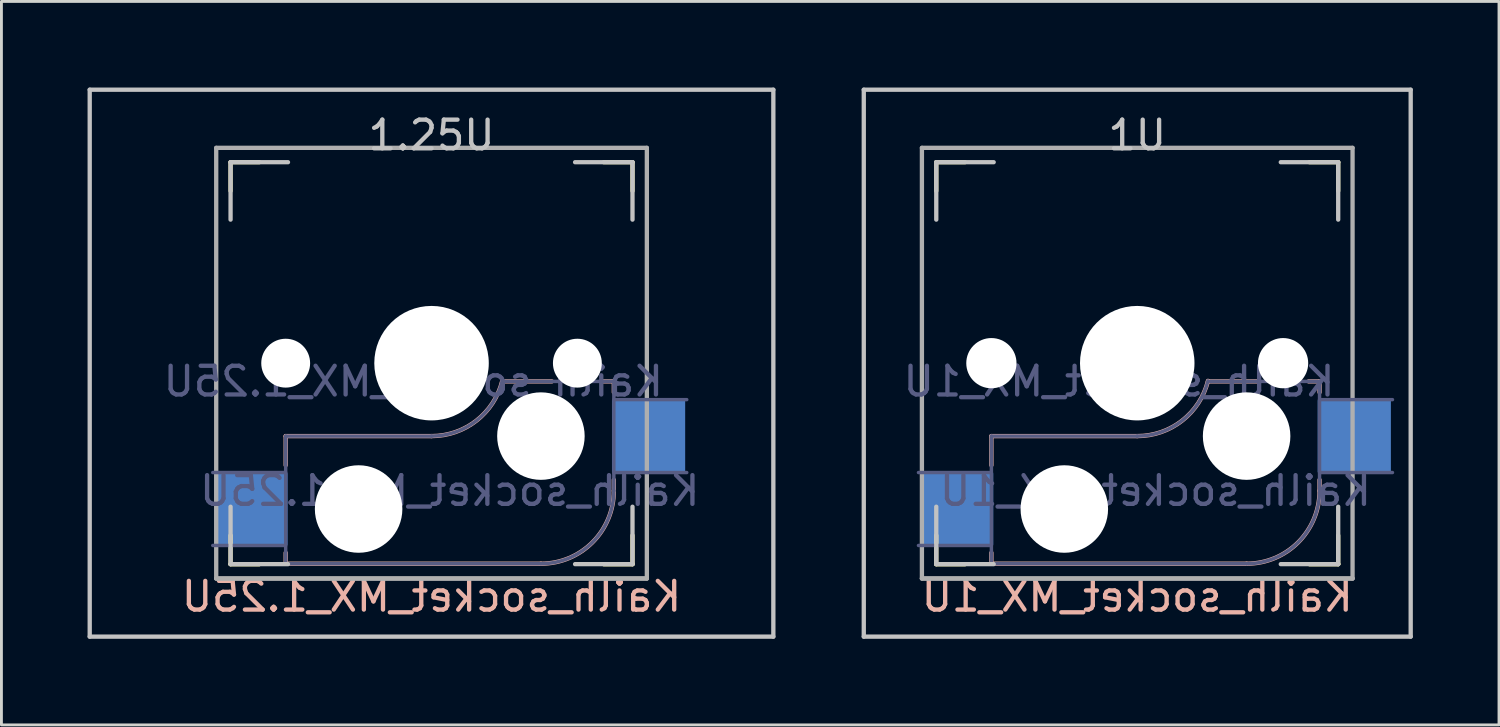
<source format=kicad_pcb>
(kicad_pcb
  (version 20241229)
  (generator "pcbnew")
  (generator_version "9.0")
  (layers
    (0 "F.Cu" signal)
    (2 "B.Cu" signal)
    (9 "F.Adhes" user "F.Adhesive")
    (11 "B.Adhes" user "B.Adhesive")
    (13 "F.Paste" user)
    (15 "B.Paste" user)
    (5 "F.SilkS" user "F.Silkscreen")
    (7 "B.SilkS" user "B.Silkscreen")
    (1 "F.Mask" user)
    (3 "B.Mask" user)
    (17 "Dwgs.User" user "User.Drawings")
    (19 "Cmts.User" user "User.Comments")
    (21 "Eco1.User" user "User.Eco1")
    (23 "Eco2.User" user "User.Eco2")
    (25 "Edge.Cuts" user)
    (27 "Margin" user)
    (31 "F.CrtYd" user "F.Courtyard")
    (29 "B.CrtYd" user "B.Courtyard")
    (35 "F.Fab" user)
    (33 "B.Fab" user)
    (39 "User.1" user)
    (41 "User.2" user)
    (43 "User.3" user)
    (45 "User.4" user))
  (footprint "Kailh_socket_MX_1U"
    (layer "F.Cu")
    (at 36.562 9.6)
    (property "Reference" "Kailh_socket_MX_1U" (at 0 8.128 0) (layer "B.SilkS") (effects (font (size 1 1) (thickness 0.15)) (justify mirror)))
    (property "Value" "Kailh_socket_MX_1U" (at 0 8.255 0) (layer "F.Fab") (hide yes) (effects (font (size 1 1) (thickness 0.15))))
    (attr smd)
    (fp_line (start -7 -6) (end -7 -7) (stroke (width 0.15) (type solid)) (layer "F.SilkS"))
    (fp_line (start -7 7) (end -7 6) (stroke (width 0.15) (type solid)) (layer "F.SilkS"))
    (fp_line (start -7 7) (end -6 7) (stroke (width 0.15) (type solid)) (layer "F.SilkS"))
    (fp_line (start -7 7) (end -6 7) (stroke (width 0.15) (type solid)) (layer "F.SilkS"))
    (fp_line (start -6 -7) (end -7 -7) (stroke (width 0.15) (type solid)) (layer "F.SilkS"))
    (fp_line (start 6 7) (end 7 7) (stroke (width 0.15) (type solid)) (layer "F.SilkS"))
    (fp_line (start 6 7) (end 7 7) (stroke (width 0.15) (type solid)) (layer "F.SilkS"))
    (fp_line (start 7 -7) (end 6 -7) (stroke (width 0.15) (type solid)) (layer "F.SilkS"))
    (fp_line (start 7 -7) (end 7 -6) (stroke (width 0.15) (type solid)) (layer "F.SilkS"))
    (fp_line (start 7 6) (end 7 7) (stroke (width 0.15) (type solid)) (layer "F.SilkS"))
    (fp_line (start -5.08 2.54) (end 0 2.54) (stroke (width 0.15) (type solid)) (layer "B.SilkS"))
    (fp_line (start -5.08 3.556) (end -5.08 2.54) (stroke (width 0.15) (type solid)) (layer "B.SilkS"))
    (fp_line (start -5.08 6.985) (end -5.08 6.604) (stroke (width 0.15) (type solid)) (layer "B.SilkS"))
    (fp_line (start 2.464 0.635) (end 4.191 0.635) (stroke (width 0.15) (type solid)) (layer "B.SilkS"))
    (fp_line (start 3.81 6.985) (end -5.08 6.985) (stroke (width 0.15) (type solid)) (layer "B.SilkS"))
    (fp_line (start 5.969 0.635) (end 6.35 0.635) (stroke (width 0.15) (type solid)) (layer "B.SilkS"))
    (fp_line (start 6.35 1.016) (end 6.35 0.635) (stroke (width 0.15) (type solid)) (layer "B.SilkS"))
    (fp_line (start 6.35 4.445) (end 6.35 4.064) (stroke (width 0.15) (type solid)) (layer "B.SilkS"))
    (fp_arc (start 2.464162 0.61604) (mid 1.563147 2.002042) (end 0 2.54) (stroke (width 0.15) (type solid)) (layer "B.SilkS"))
    (fp_arc (start 6.35 4.445) (mid 5.606051 6.241051) (end 3.81 6.985) (stroke (width 0.15) (type solid)) (layer "B.SilkS"))
    (fp_line (start -9.525 -9.525) (end 9.525 -9.525) (stroke (width 0.15) (type solid)) (layer "Dwgs.User"))
    (fp_line (start -9.525 9.525) (end -9.525 -9.525) (stroke (width 0.15) (type solid)) (layer "Dwgs.User"))
    (fp_line (start -7 -7) (end -7 -5) (stroke (width 0.15) (type solid)) (layer "Dwgs.User"))
    (fp_line (start -7 5) (end -7 7) (stroke (width 0.15) (type solid)) (layer "Dwgs.User"))
    (fp_line (start -7 7) (end -5 7) (stroke (width 0.15) (type solid)) (layer "Dwgs.User"))
    (fp_line (start -5 -7) (end -7 -7) (stroke (width 0.15) (type solid)) (layer "Dwgs.User"))
    (fp_line (start 5 -7) (end 7 -7) (stroke (width 0.15) (type solid)) (layer "Dwgs.User"))
    (fp_line (start 5 7) (end 7 7) (stroke (width 0.15) (type solid)) (layer "Dwgs.User"))
    (fp_line (start 7 -7) (end 7 -5) (stroke (width 0.15) (type solid)) (layer "Dwgs.User"))
    (fp_line (start 7 7) (end 7 5) (stroke (width 0.15) (type solid)) (layer "Dwgs.User"))
    (fp_line (start 9.525 -9.525) (end 9.525 9.525) (stroke (width 0.15) (type solid)) (layer "Dwgs.User"))
    (fp_line (start 9.525 9.525) (end -9.525 9.525) (stroke (width 0.15) (type solid)) (layer "Dwgs.User"))
    (fp_line (start -6.9 6.9) (end -6.9 -6.9) (stroke (width 0.15) (type solid)) (layer "Eco2.User"))
    (fp_line (start -6.9 6.9) (end 6.9 6.9) (stroke (width 0.15) (type solid)) (layer "Eco2.User"))
    (fp_line (start -6.9 6.9) (end 6.9 6.9) (stroke (width 0.15) (type solid)) (layer "Eco2.User"))
    (fp_line (start 6.9 -6.9) (end -6.9 -6.9) (stroke (width 0.15) (type solid)) (layer "Eco2.User"))
    (fp_line (start 6.9 -6.9) (end 6.9 6.9) (stroke (width 0.15) (type solid)) (layer "Eco2.User"))
    (fp_line (start -7.62 3.81) (end -5.08 3.81) (stroke (width 0.12) (type solid)) (layer "B.Fab"))
    (fp_line (start -5.08 2.54) (end 0 2.54) (stroke (width 0.12) (type solid)) (layer "B.Fab"))
    (fp_line (start -5.08 6.35) (end -7.62 6.35) (stroke (width 0.12) (type solid)) (layer "B.Fab"))
    (fp_line (start -5.08 6.985) (end -5.08 2.54) (stroke (width 0.12) (type solid)) (layer "B.Fab"))
    (fp_line (start 3.81 6.985) (end -5.08 6.985) (stroke (width 0.12) (type solid)) (layer "B.Fab"))
    (fp_line (start 6.35 0.635) (end 2.54 0.635) (stroke (width 0.12) (type solid)) (layer "B.Fab"))
    (fp_line (start 6.35 0.635) (end 6.35 4.445) (stroke (width 0.12) (type solid)) (layer "B.Fab"))
    (fp_line (start 6.35 1.27) (end 8.89 1.27) (stroke (width 0.12) (type solid)) (layer "B.Fab"))
    (fp_line (start 8.89 3.81) (end 6.35 3.81) (stroke (width 0.12) (type solid)) (layer "B.Fab"))
    (fp_arc (start 2.464162 0.61604) (mid 1.563147 2.002042) (end 0 2.54) (stroke (width 0.12) (type solid)) (layer "B.Fab"))
    (fp_arc (start 6.35 4.445) (mid 5.606051 6.241051) (end 3.81 6.985) (stroke (width 0.12) (type solid)) (layer "B.Fab"))
    (fp_line (start -7.5 -7.5) (end 7.5 -7.5) (stroke (width 0.15) (type solid)) (layer "F.Fab"))
    (fp_line (start -7.5 7.5) (end -7.5 -7.5) (stroke (width 0.15) (type solid)) (layer "F.Fab"))
    (fp_line (start 7.5 -7.5) (end 7.5 7.5) (stroke (width 0.15) (type solid)) (layer "F.Fab"))
    (fp_line (start 7.5 7.5) (end -7.5 7.5) (stroke (width 0.15) (type solid)) (layer "F.Fab"))
    (fp_line (start 7.5 7.5) (end -7.5 7.5) (stroke (width 0.15) (type solid)) (layer "F.Fab"))
    (fp_text user "1U" (at 0 -7.938 0) (layer "Dwgs.User") (effects (font (size 1 1) (thickness 0.15))))
    (fp_text user "${REFERENCE}" (at 0.635 4.445 180) (layer "B.Fab") (effects (font (size 1 1) (thickness 0.15)) (justify mirror)))
    (fp_text user "${VALUE}" (at -0.635 0.635 0) (layer "B.Fab") (effects (font (size 1 1) (thickness 0.15)) (justify mirror)))
    (pad "" np_thru_hole circle (at -5.08 0 48.1) (size 1.75 1.75) (drill 1.75) (layers "*.Cu" "*.Mask"))
    (pad "" np_thru_hole circle (at -2.54 5.08 180) (size 3.048 3.048) (drill 3.048) (layers "*.Cu" "*.Mask"))
    (pad "" np_thru_hole circle (at 0 0 180) (size 3.988 3.988) (drill 3.988) (layers "*.Cu" "*.Mask"))
    (pad "" np_thru_hole circle (at 3.81 2.54 180) (size 3.048 3.048) (drill 3.048) (layers "*.Cu" "*.Mask"))
    (pad "" np_thru_hole circle (at 5.08 0 48.1) (size 1.75 1.75) (drill 1.75) (layers "*.Cu" "*.Mask"))
    (pad "1" smd rect (at -6.29 5.08 180) (size 2.55 2.5) (layers "B.Cu" "B.Mask" "B.Paste"))
    (pad "2" smd rect (at 7.56 2.54 180) (size 2.55 2.5) (layers "B.Cu" "B.Mask" "B.Paste")))
  (footprint "Kailh_socket_MX_1.25U"
    (layer "F.Cu")
    (at 11.981 9.6)
    (property "Reference" "Kailh_socket_MX_1.25U" (at 0 8.128 0) (layer "B.SilkS") (effects (font (size 1 1) (thickness 0.15)) (justify mirror)))
    (property "Value" "Kailh_socket_MX_1.25U" (at 0 8.255 0) (layer "F.Fab") (hide yes) (effects (font (size 1 1) (thickness 0.15))))
    (attr smd)
    (fp_line (start -7 -6) (end -7 -7) (stroke (width 0.15) (type solid)) (layer "F.SilkS"))
    (fp_line (start -7 7) (end -7 6) (stroke (width 0.15) (type solid)) (layer "F.SilkS"))
    (fp_line (start -7 7) (end -6 7) (stroke (width 0.15) (type solid)) (layer "F.SilkS"))
    (fp_line (start -7 7) (end -6 7) (stroke (width 0.15) (type solid)) (layer "F.SilkS"))
    (fp_line (start -6 -7) (end -7 -7) (stroke (width 0.15) (type solid)) (layer "F.SilkS"))
    (fp_line (start 6 7) (end 7 7) (stroke (width 0.15) (type solid)) (layer "F.SilkS"))
    (fp_line (start 6 7) (end 7 7) (stroke (width 0.15) (type solid)) (layer "F.SilkS"))
    (fp_line (start 7 -7) (end 6 -7) (stroke (width 0.15) (type solid)) (layer "F.SilkS"))
    (fp_line (start 7 -7) (end 7 -6) (stroke (width 0.15) (type solid)) (layer "F.SilkS"))
    (fp_line (start 7 6) (end 7 7) (stroke (width 0.15) (type solid)) (layer "F.SilkS"))
    (fp_line (start -5.08 2.54) (end 0 2.54) (stroke (width 0.15) (type solid)) (layer "B.SilkS"))
    (fp_line (start -5.08 3.556) (end -5.08 2.54) (stroke (width 0.15) (type solid)) (layer "B.SilkS"))
    (fp_line (start -5.08 6.985) (end -5.08 6.604) (stroke (width 0.15) (type solid)) (layer "B.SilkS"))
    (fp_line (start 2.464 0.635) (end 4.191 0.635) (stroke (width 0.15) (type solid)) (layer "B.SilkS"))
    (fp_line (start 3.81 6.985) (end -5.08 6.985) (stroke (width 0.15) (type solid)) (layer "B.SilkS"))
    (fp_line (start 5.969 0.635) (end 6.35 0.635) (stroke (width 0.15) (type solid)) (layer "B.SilkS"))
    (fp_line (start 6.35 1.016) (end 6.35 0.635) (stroke (width 0.15) (type solid)) (layer "B.SilkS"))
    (fp_line (start 6.35 4.445) (end 6.35 4.064) (stroke (width 0.15) (type solid)) (layer "B.SilkS"))
    (fp_arc (start 2.464162 0.61604) (mid 1.563147 2.002042) (end 0 2.54) (stroke (width 0.15) (type solid)) (layer "B.SilkS"))
    (fp_arc (start 6.35 4.445) (mid 5.606051 6.241051) (end 3.81 6.985) (stroke (width 0.15) (type solid)) (layer "B.SilkS"))
    (fp_line (start -11.906 -9.525) (end 11.906 -9.525) (stroke (width 0.15) (type solid)) (layer "Dwgs.User"))
    (fp_line (start -11.906 9.525) (end -11.906 -9.525) (stroke (width 0.15) (type solid)) (layer "Dwgs.User"))
    (fp_line (start -7 -7) (end -7 -5) (stroke (width 0.15) (type solid)) (layer "Dwgs.User"))
    (fp_line (start -7 5) (end -7 7) (stroke (width 0.15) (type solid)) (layer "Dwgs.User"))
    (fp_line (start -7 7) (end -5 7) (stroke (width 0.15) (type solid)) (layer "Dwgs.User"))
    (fp_line (start -5 -7) (end -7 -7) (stroke (width 0.15) (type solid)) (layer "Dwgs.User"))
    (fp_line (start 5 -7) (end 7 -7) (stroke (width 0.15) (type solid)) (layer "Dwgs.User"))
    (fp_line (start 5 7) (end 7 7) (stroke (width 0.15) (type solid)) (layer "Dwgs.User"))
    (fp_line (start 7 -7) (end 7 -5) (stroke (width 0.15) (type solid)) (layer "Dwgs.User"))
    (fp_line (start 7 7) (end 7 5) (stroke (width 0.15) (type solid)) (layer "Dwgs.User"))
    (fp_line (start 11.906 -9.525) (end 11.906 9.525) (stroke (width 0.15) (type solid)) (layer "Dwgs.User"))
    (fp_line (start 11.906 9.525) (end -11.906 9.525) (stroke (width 0.15) (type solid)) (layer "Dwgs.User"))
    (fp_line (start -6.9 6.9) (end -6.9 -6.9) (stroke (width 0.15) (type solid)) (layer "Eco2.User"))
    (fp_line (start -6.9 6.9) (end 6.9 6.9) (stroke (width 0.15) (type solid)) (layer "Eco2.User"))
    (fp_line (start -6.9 6.9) (end 6.9 6.9) (stroke (width 0.15) (type solid)) (layer "Eco2.User"))
    (fp_line (start 6.9 -6.9) (end -6.9 -6.9) (stroke (width 0.15) (type solid)) (layer "Eco2.User"))
    (fp_line (start 6.9 -6.9) (end 6.9 6.9) (stroke (width 0.15) (type solid)) (layer "Eco2.User"))
    (fp_line (start -7.62 3.81) (end -5.08 3.81) (stroke (width 0.12) (type solid)) (layer "B.Fab"))
    (fp_line (start -5.08 2.54) (end 0 2.54) (stroke (width 0.12) (type solid)) (layer "B.Fab"))
    (fp_line (start -5.08 6.35) (end -7.62 6.35) (stroke (width 0.12) (type solid)) (layer "B.Fab"))
    (fp_line (start -5.08 6.985) (end -5.08 2.54) (stroke (width 0.12) (type solid)) (layer "B.Fab"))
    (fp_line (start 3.81 6.985) (end -5.08 6.985) (stroke (width 0.12) (type solid)) (layer "B.Fab"))
    (fp_line (start 6.35 0.635) (end 2.54 0.635) (stroke (width 0.12) (type solid)) (layer "B.Fab"))
    (fp_line (start 6.35 0.635) (end 6.35 4.445) (stroke (width 0.12) (type solid)) (layer "B.Fab"))
    (fp_line (start 6.35 1.27) (end 8.89 1.27) (stroke (width 0.12) (type solid)) (layer "B.Fab"))
    (fp_line (start 8.89 3.81) (end 6.35 3.81) (stroke (width 0.12) (type solid)) (layer "B.Fab"))
    (fp_arc (start 2.464162 0.61604) (mid 1.563147 2.002042) (end 0 2.54) (stroke (width 0.12) (type solid)) (layer "B.Fab"))
    (fp_arc (start 6.35 4.445) (mid 5.606051 6.241051) (end 3.81 6.985) (stroke (width 0.12) (type solid)) (layer "B.Fab"))
    (fp_line (start -7.5 -7.5) (end 7.5 -7.5) (stroke (width 0.15) (type solid)) (layer "F.Fab"))
    (fp_line (start -7.5 7.5) (end -7.5 -7.5) (stroke (width 0.15) (type solid)) (layer "F.Fab"))
    (fp_line (start 7.5 -7.5) (end 7.5 7.5) (stroke (width 0.15) (type solid)) (layer "F.Fab"))
    (fp_line (start 7.5 7.5) (end -7.5 7.5) (stroke (width 0.15) (type solid)) (layer "F.Fab"))
    (fp_line (start 7.5 7.5) (end -7.5 7.5) (stroke (width 0.15) (type solid)) (layer "F.Fab"))
    (fp_text user "1.25U" (at 0 -7.938 0) (layer "Dwgs.User") (effects (font (size 1 1) (thickness 0.15))))
    (fp_text user "${VALUE}" (at -0.635 0.635 0) (layer "B.Fab") (effects (font (size 1 1) (thickness 0.15)) (justify mirror)))
    (fp_text user "${REFERENCE}" (at 0.635 4.445 180) (layer "B.Fab") (effects (font (size 1 1) (thickness 0.15)) (justify mirror)))
    (pad "" np_thru_hole circle (at -5.08 0) (size 1.702 1.702) (drill 1.702) (layers "*.Cu" "*.Mask"))
    (pad "" np_thru_hole circle (at -2.54 5.08 180) (size 3.048 3.048) (drill 3.048) (layers "*.Cu" "*.Mask"))
    (pad "" np_thru_hole circle (at 0 0) (size 3.988 3.988) (drill 3.988) (layers "*.Cu" "*.Mask"))
    (pad "" np_thru_hole circle (at 3.81 2.54 180) (size 3.048 3.048) (drill 3.048) (layers "*.Cu" "*.Mask"))
    (pad "" np_thru_hole circle (at 5.08 0) (size 1.702 1.702) (drill 1.702) (layers "*.Cu" "*.Mask"))
    (pad "1" smd rect (at -6.29 5.08 180) (size 2.55 2.5) (layers "B.Cu" "B.Mask" "B.Paste"))
    (pad "2" smd rect (at 7.56 2.54 180) (size 2.55 2.5) (layers "B.Cu" "B.Mask" "B.Paste")))
  (gr_rect
    (start -3 -3)
    (end 49.163 22.2)
    (stroke (width 0.1) (type default))
    (fill no)
    (layer "Edge.Cuts")))
</source>
